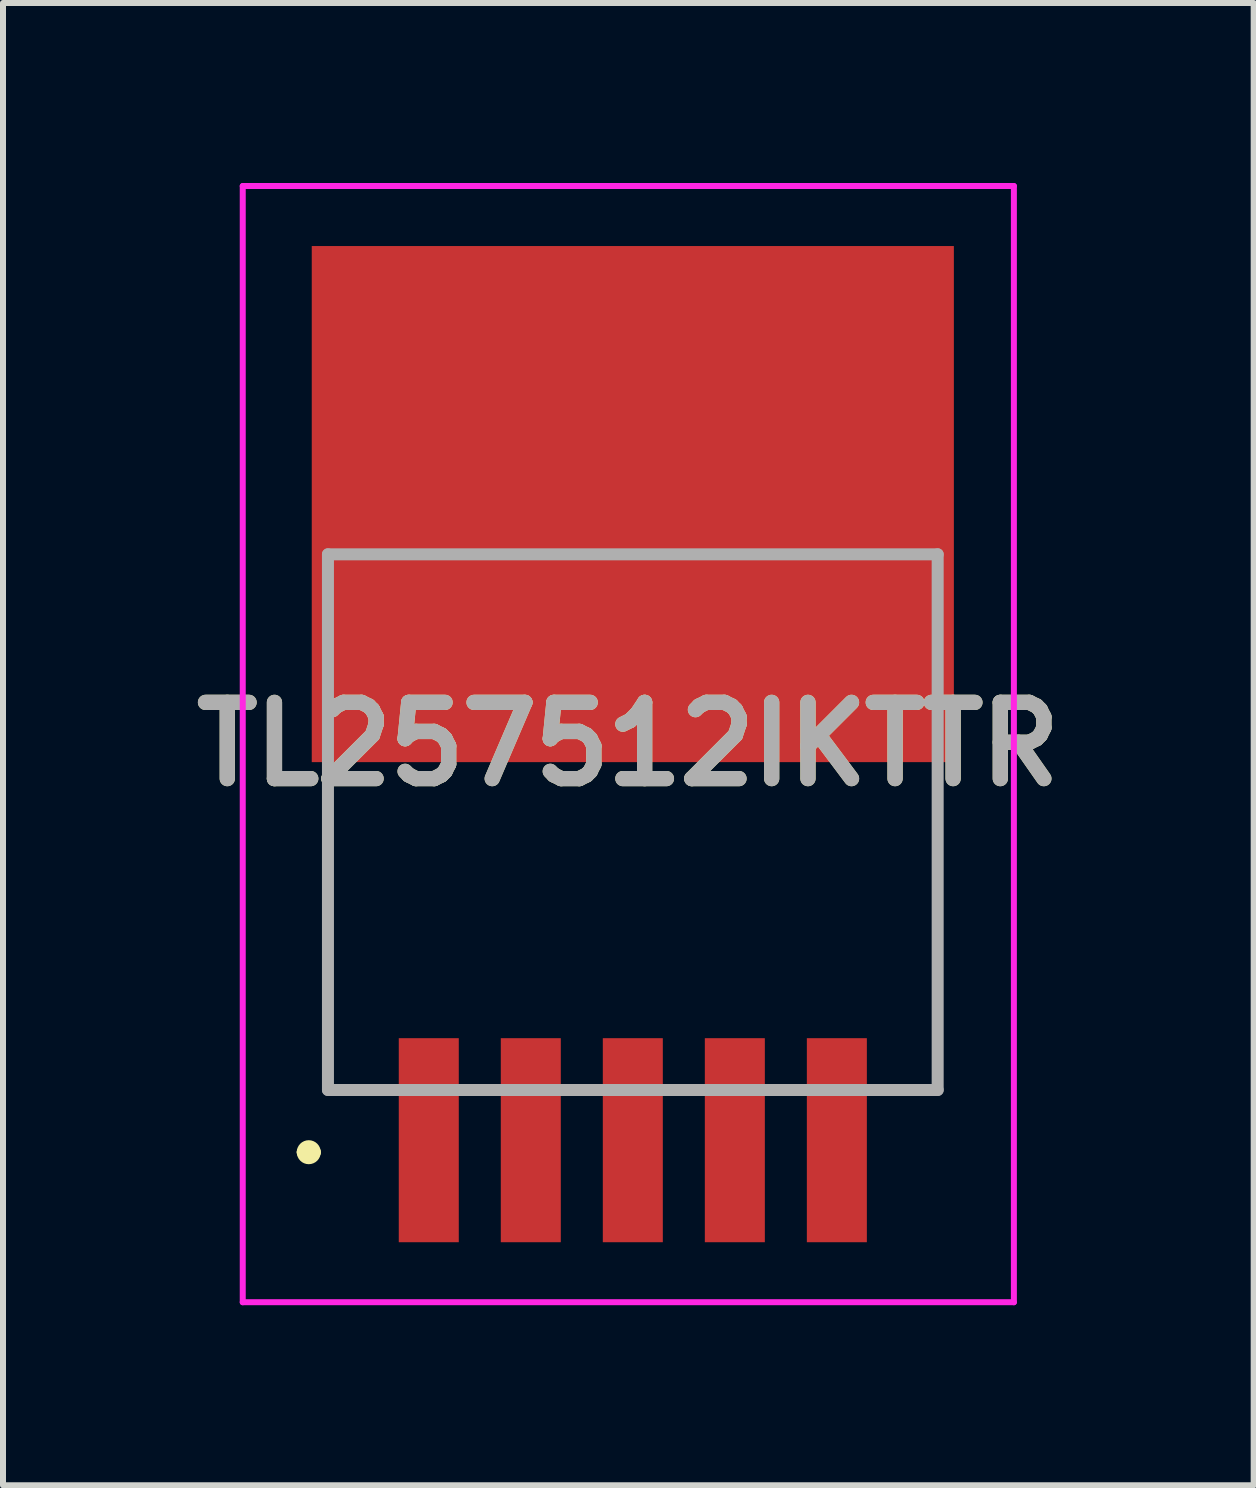
<source format=kicad_pcb>
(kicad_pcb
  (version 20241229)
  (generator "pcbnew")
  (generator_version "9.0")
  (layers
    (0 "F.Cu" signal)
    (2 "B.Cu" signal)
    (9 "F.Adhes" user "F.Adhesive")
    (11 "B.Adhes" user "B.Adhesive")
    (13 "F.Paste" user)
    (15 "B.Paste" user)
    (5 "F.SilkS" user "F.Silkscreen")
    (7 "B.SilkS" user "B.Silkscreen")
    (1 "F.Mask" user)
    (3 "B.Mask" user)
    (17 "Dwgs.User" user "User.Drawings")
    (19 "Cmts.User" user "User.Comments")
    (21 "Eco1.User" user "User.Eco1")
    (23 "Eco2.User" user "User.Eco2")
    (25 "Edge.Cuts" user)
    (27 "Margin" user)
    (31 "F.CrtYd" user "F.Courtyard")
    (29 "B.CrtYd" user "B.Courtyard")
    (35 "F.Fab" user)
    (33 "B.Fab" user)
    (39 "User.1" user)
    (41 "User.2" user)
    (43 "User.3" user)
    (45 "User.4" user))
  (footprint "TL257512IKTTR"
    (layer "F.Cu")
    (at 7.495 10.65)
    (property "Reference" "TL257512IKTTR" (at -0.075 -1.3 0) (layer "F.SilkS") (effects (font (size 1.27 1.27) (thickness 0.254))))
    (attr smd)
    (fp_line (start -5.5 5.5) (end -5.5 5.5) (stroke (width 0.2) (type solid)) (layer "F.SilkS"))
    (fp_line (start -5.3 5.5) (end -5.3 5.5) (stroke (width 0.2) (type solid)) (layer "F.SilkS"))
    (fp_line (start -5.08 0) (end -5.08 4.463) (stroke (width 0.1) (type solid)) (layer "F.SilkS"))
    (fp_line (start 5.08 0) (end 5.08 4.463) (stroke (width 0.1) (type solid)) (layer "F.SilkS"))
    (fp_arc (start -5.5 5.5) (mid -5.4 5.4) (end -5.3 5.5) (stroke (width 0.2) (type solid)) (layer "F.SilkS"))
    (fp_arc (start -5.3 5.5) (mid -5.4 5.6) (end -5.5 5.5) (stroke (width 0.2) (type solid)) (layer "F.SilkS"))
    (fp_line (start -6.5 -10.6) (end 6.35 -10.6) (stroke (width 0.1) (type solid)) (layer "F.CrtYd"))
    (fp_line (start -6.5 8) (end -6.5 -10.6) (stroke (width 0.1) (type solid)) (layer "F.CrtYd"))
    (fp_line (start 6.35 -10.6) (end 6.35 8) (stroke (width 0.1) (type solid)) (layer "F.CrtYd"))
    (fp_line (start 6.35 8) (end -6.5 8) (stroke (width 0.1) (type solid)) (layer "F.CrtYd"))
    (fp_line (start -5.08 -4.463) (end 5.08 -4.463) (stroke (width 0.2) (type solid)) (layer "F.Fab"))
    (fp_line (start -5.08 4.463) (end -5.08 -4.463) (stroke (width 0.2) (type solid)) (layer "F.Fab"))
    (fp_line (start 5.08 -4.463) (end 5.08 4.463) (stroke (width 0.2) (type solid)) (layer "F.Fab"))
    (fp_line (start 5.08 4.463) (end -5.08 4.463) (stroke (width 0.2) (type solid)) (layer "F.Fab"))
    (fp_text user "${REFERENCE}" (at -0.075 -1.3 0) (layer "F.Fab") (effects (font (size 1.27 1.27) (thickness 0.254))))
    (pad "1" smd rect (at -3.4 5.3) (size 1 3.4) (layers "F.Cu" "F.Mask" "F.Paste"))
    (pad "2" smd rect (at -1.7 5.3) (size 1 3.4) (layers "F.Cu" "F.Mask" "F.Paste"))
    (pad "3" smd rect (at 0 5.3) (size 1 3.4) (layers "F.Cu" "F.Mask" "F.Paste"))
    (pad "4" smd rect (at 1.7 5.3) (size 1 3.4) (layers "F.Cu" "F.Mask" "F.Paste"))
    (pad "5" smd rect (at 3.4 5.3) (size 1 3.4) (layers "F.Cu" "F.Mask" "F.Paste"))
    (pad "6" smd rect (at 0 -5.3 90) (size 8.6 10.7) (layers "F.Cu" "F.Mask" "F.Paste")))
  (gr_rect
    (start -3 -3)
    (end 17.841 21.7)
    (stroke (width 0.1) (type default))
    (fill no)
    (layer "Edge.Cuts")))
</source>
